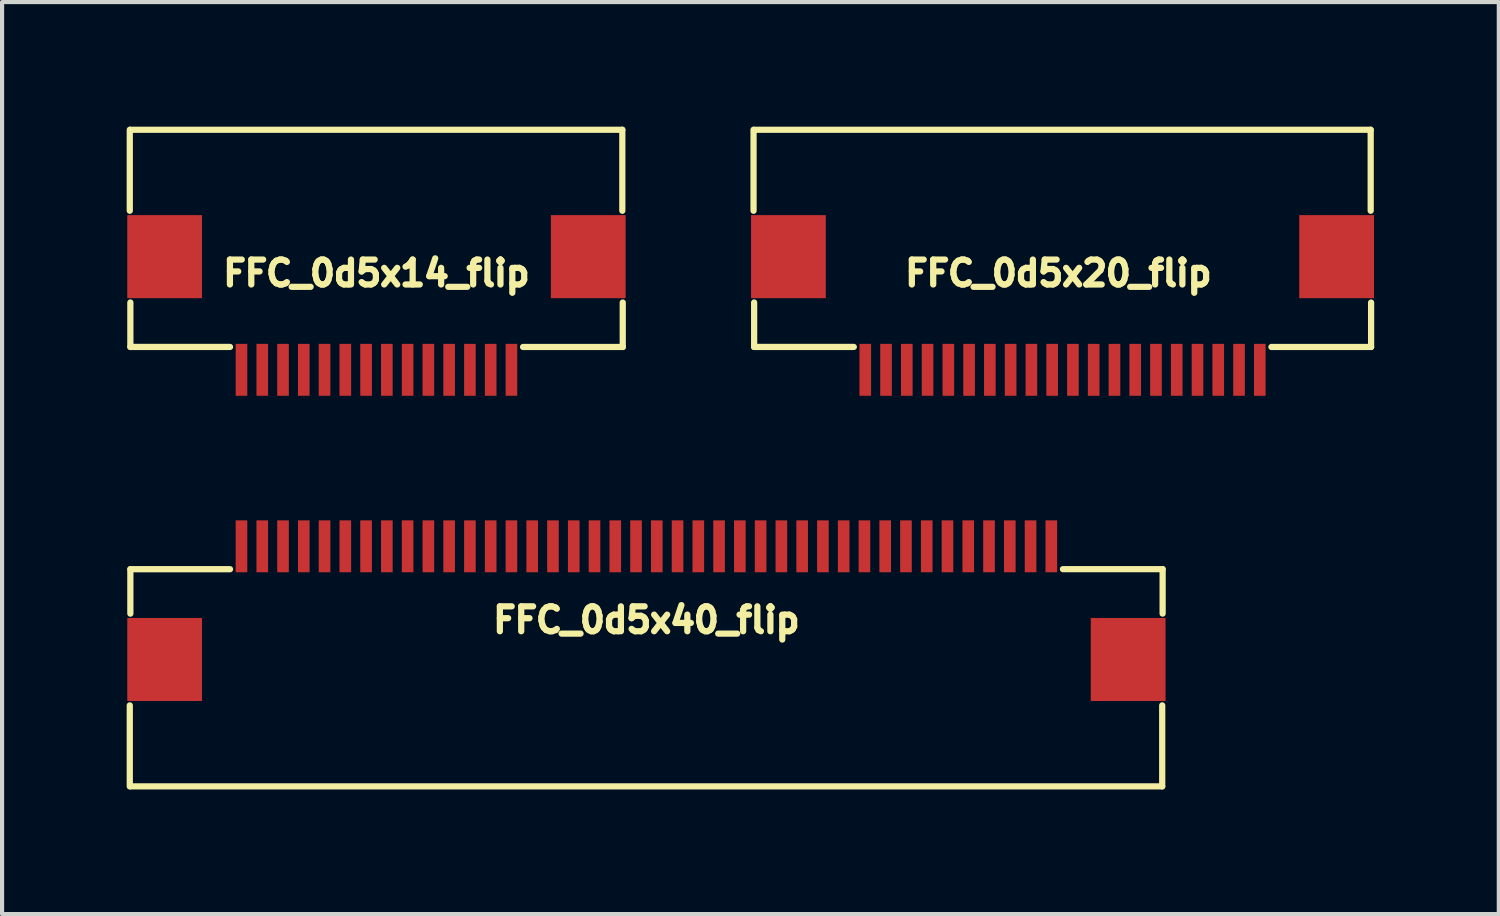
<source format=kicad_pcb>
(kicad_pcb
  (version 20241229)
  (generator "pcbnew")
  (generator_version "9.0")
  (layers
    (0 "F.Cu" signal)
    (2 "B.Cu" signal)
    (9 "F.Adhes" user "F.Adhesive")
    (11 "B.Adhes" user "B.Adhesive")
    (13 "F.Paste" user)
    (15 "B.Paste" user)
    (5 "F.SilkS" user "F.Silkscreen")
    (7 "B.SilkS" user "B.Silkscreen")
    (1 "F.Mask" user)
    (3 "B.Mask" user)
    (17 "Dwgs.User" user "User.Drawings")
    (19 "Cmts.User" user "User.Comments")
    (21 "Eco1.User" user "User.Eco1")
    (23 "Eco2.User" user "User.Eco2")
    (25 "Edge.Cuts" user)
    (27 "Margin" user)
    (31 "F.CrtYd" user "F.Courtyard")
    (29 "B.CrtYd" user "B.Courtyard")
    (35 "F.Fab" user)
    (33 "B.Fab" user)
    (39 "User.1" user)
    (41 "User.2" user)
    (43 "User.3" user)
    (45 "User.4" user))
  (footprint "FFC_0d5x40_flip"
    (layer "F.Cu")
    (at 12.515 10.105)
    (property "Reference" "FFC_0d5x40_flip" (at 0 1.775 0) (layer "F.SilkS") (effects (font (size 0.6 0.6) (thickness 0.15))))
    (attr smd)
    (fp_line (start -12.44 5.78) (end -12.44 3.83) (stroke (width 0.15) (type solid)) (layer "F.SilkS"))
    (fp_line (start -12.43 5.78) (end 12.42 5.78) (stroke (width 0.15) (type solid)) (layer "F.SilkS"))
    (fp_line (start -12.426 0.551) (end -12.426 1.621) (stroke (width 0.15) (type solid)) (layer "F.SilkS"))
    (fp_line (start -10.026 0.551) (end -12.426 0.551) (stroke (width 0.15) (type solid)) (layer "F.SilkS"))
    (fp_line (start 10.03 0.55) (end 12.43 0.55) (stroke (width 0.15) (type solid)) (layer "F.SilkS"))
    (fp_line (start 12.42 3.83) (end 12.42 5.78) (stroke (width 0.15) (type solid)) (layer "F.SilkS"))
    (fp_line (start 12.43 0.55) (end 12.43 1.62) (stroke (width 0.15) (type solid)) (layer "F.SilkS"))
    (pad "0" smd rect (at -11.6 2.725) (size 1.8 2) (layers "F.Cu" "F.Mask" "F.Paste"))
    (pad "0" smd rect (at 11.6 2.725) (size 1.8 2) (layers "F.Cu" "F.Mask" "F.Paste"))
    (pad "1" smd rect (at -9.75 0) (size 0.28 1.25) (layers "F.Cu" "F.Mask" "F.Paste"))
    (pad "2" smd rect (at -9.25 0) (size 0.28 1.25) (layers "F.Cu" "F.Mask" "F.Paste"))
    (pad "3" smd rect (at -8.75 0) (size 0.28 1.25) (layers "F.Cu" "F.Mask" "F.Paste"))
    (pad "4" smd rect (at -8.25 0) (size 0.28 1.25) (layers "F.Cu" "F.Mask" "F.Paste"))
    (pad "5" smd rect (at -7.75 0) (size 0.28 1.25) (layers "F.Cu" "F.Mask" "F.Paste"))
    (pad "6" smd rect (at -7.25 0) (size 0.28 1.25) (layers "F.Cu" "F.Mask" "F.Paste"))
    (pad "7" smd rect (at -6.75 0) (size 0.28 1.25) (layers "F.Cu" "F.Mask" "F.Paste"))
    (pad "8" smd rect (at -6.25 0) (size 0.28 1.25) (layers "F.Cu" "F.Mask" "F.Paste"))
    (pad "9" smd rect (at -5.75 0) (size 0.28 1.25) (layers "F.Cu" "F.Mask" "F.Paste"))
    (pad "10" smd rect (at -5.25 0) (size 0.28 1.25) (layers "F.Cu" "F.Mask" "F.Paste"))
    (pad "11" smd rect (at -4.75 0) (size 0.28 1.25) (layers "F.Cu" "F.Mask" "F.Paste"))
    (pad "12" smd rect (at -4.25 0) (size 0.28 1.25) (layers "F.Cu" "F.Mask" "F.Paste"))
    (pad "13" smd rect (at -3.75 0) (size 0.28 1.25) (layers "F.Cu" "F.Mask" "F.Paste"))
    (pad "14" smd rect (at -3.25 0) (size 0.28 1.25) (layers "F.Cu" "F.Mask" "F.Paste"))
    (pad "15" smd rect (at -2.75 0) (size 0.28 1.25) (layers "F.Cu" "F.Mask" "F.Paste"))
    (pad "16" smd rect (at -2.25 0) (size 0.28 1.25) (layers "F.Cu" "F.Mask" "F.Paste"))
    (pad "17" smd rect (at -1.75 0) (size 0.28 1.25) (layers "F.Cu" "F.Mask" "F.Paste"))
    (pad "18" smd rect (at -1.25 0) (size 0.28 1.25) (layers "F.Cu" "F.Mask" "F.Paste"))
    (pad "19" smd rect (at -0.75 0) (size 0.28 1.25) (layers "F.Cu" "F.Mask" "F.Paste"))
    (pad "20" smd rect (at -0.25 0) (size 0.28 1.25) (layers "F.Cu" "F.Mask" "F.Paste"))
    (pad "21" smd rect (at 0.25 0) (size 0.28 1.25) (layers "F.Cu" "F.Mask" "F.Paste"))
    (pad "22" smd rect (at 0.75 0) (size 0.28 1.25) (layers "F.Cu" "F.Mask" "F.Paste"))
    (pad "23" smd rect (at 1.25 0) (size 0.28 1.25) (layers "F.Cu" "F.Mask" "F.Paste"))
    (pad "24" smd rect (at 1.75 0) (size 0.28 1.25) (layers "F.Cu" "F.Mask" "F.Paste"))
    (pad "25" smd rect (at 2.25 0) (size 0.28 1.25) (layers "F.Cu" "F.Mask" "F.Paste"))
    (pad "26" smd rect (at 2.75 0) (size 0.28 1.25) (layers "F.Cu" "F.Mask" "F.Paste"))
    (pad "27" smd rect (at 3.25 0) (size 0.28 1.25) (layers "F.Cu" "F.Mask" "F.Paste"))
    (pad "28" smd rect (at 3.75 0) (size 0.28 1.25) (layers "F.Cu" "F.Mask" "F.Paste"))
    (pad "29" smd rect (at 4.25 0) (size 0.28 1.25) (layers "F.Cu" "F.Mask" "F.Paste"))
    (pad "30" smd rect (at 4.75 0) (size 0.28 1.25) (layers "F.Cu" "F.Mask" "F.Paste"))
    (pad "31" smd rect (at 5.25 0) (size 0.28 1.25) (layers "F.Cu" "F.Mask" "F.Paste"))
    (pad "32" smd rect (at 5.75 0) (size 0.28 1.25) (layers "F.Cu" "F.Mask" "F.Paste"))
    (pad "33" smd rect (at 6.25 0) (size 0.28 1.25) (layers "F.Cu" "F.Mask" "F.Paste"))
    (pad "34" smd rect (at 6.75 0) (size 0.28 1.25) (layers "F.Cu" "F.Mask" "F.Paste"))
    (pad "35" smd rect (at 7.25 0) (size 0.28 1.25) (layers "F.Cu" "F.Mask" "F.Paste"))
    (pad "36" smd rect (at 7.75 0) (size 0.28 1.25) (layers "F.Cu" "F.Mask" "F.Paste"))
    (pad "37" smd rect (at 8.25 0) (size 0.28 1.25) (layers "F.Cu" "F.Mask" "F.Paste"))
    (pad "38" smd rect (at 8.75 0) (size 0.28 1.25) (layers "F.Cu" "F.Mask" "F.Paste"))
    (pad "39" smd rect (at 9.25 0) (size 0.28 1.25) (layers "F.Cu" "F.Mask" "F.Paste"))
    (pad "40" smd rect (at 9.75 0) (size 0.28 1.25) (layers "F.Cu" "F.Mask" "F.Paste")))
  (footprint "FFC_0d5x20_flip"
    (layer "F.Cu")
    (at 22.535 5.23)
    (property "Reference" "FFC_0d5x20_flip" (at -0.1 -1.7 180) (layer "F.SilkS") (effects (font (size 0.6 0.6) (thickness 0.15))))
    (attr smd)
    (fp_line (start -7.44 -5.155) (end -7.44 -3.205) (stroke (width 0.15) (type solid)) (layer "F.SilkS"))
    (fp_line (start -7.43 -5.155) (end 7.42 -5.155) (stroke (width 0.15) (type solid)) (layer "F.SilkS"))
    (fp_line (start -7.426 0.074) (end -7.426 -0.996) (stroke (width 0.15) (type solid)) (layer "F.SilkS"))
    (fp_line (start -5.026 0.074) (end -7.426 0.074) (stroke (width 0.15) (type solid)) (layer "F.SilkS"))
    (fp_line (start 5.03 0.075) (end 7.43 0.075) (stroke (width 0.15) (type solid)) (layer "F.SilkS"))
    (fp_line (start 7.42 -3.205) (end 7.42 -5.155) (stroke (width 0.15) (type solid)) (layer "F.SilkS"))
    (fp_line (start 7.43 0.075) (end 7.43 -0.995) (stroke (width 0.15) (type solid)) (layer "F.SilkS"))
    (pad "1" smd rect (at -4.75 0.625 180) (size 0.28 1.25) (layers "F.Cu" "F.Mask" "F.Paste"))
    (pad "2" smd rect (at -4.25 0.625 180) (size 0.28 1.25) (layers "F.Cu" "F.Mask" "F.Paste"))
    (pad "3" smd rect (at -3.75 0.625 180) (size 0.28 1.25) (layers "F.Cu" "F.Mask" "F.Paste"))
    (pad "4" smd rect (at -3.25 0.625 180) (size 0.28 1.25) (layers "F.Cu" "F.Mask" "F.Paste"))
    (pad "5" smd rect (at -2.75 0.625 180) (size 0.28 1.25) (layers "F.Cu" "F.Mask" "F.Paste"))
    (pad "6" smd rect (at -2.25 0.625 180) (size 0.28 1.25) (layers "F.Cu" "F.Mask" "F.Paste"))
    (pad "7" smd rect (at -1.75 0.625 180) (size 0.28 1.25) (layers "F.Cu" "F.Mask" "F.Paste"))
    (pad "8" smd rect (at -1.25 0.625 180) (size 0.28 1.25) (layers "F.Cu" "F.Mask" "F.Paste"))
    (pad "9" smd rect (at -0.75 0.625 180) (size 0.28 1.25) (layers "F.Cu" "F.Mask" "F.Paste"))
    (pad "10" smd rect (at -0.25 0.625 180) (size 0.28 1.25) (layers "F.Cu" "F.Mask" "F.Paste"))
    (pad "11" smd rect (at 0.25 0.625 180) (size 0.28 1.25) (layers "F.Cu" "F.Mask" "F.Paste"))
    (pad "12" smd rect (at 0.75 0.625 180) (size 0.28 1.25) (layers "F.Cu" "F.Mask" "F.Paste"))
    (pad "13" smd rect (at 1.25 0.625 180) (size 0.28 1.25) (layers "F.Cu" "F.Mask" "F.Paste"))
    (pad "14" smd rect (at 1.75 0.625 180) (size 0.28 1.25) (layers "F.Cu" "F.Mask" "F.Paste"))
    (pad "15" smd rect (at 2.25 0.625 180) (size 0.28 1.25) (layers "F.Cu" "F.Mask" "F.Paste"))
    (pad "16" smd rect (at 2.75 0.625 180) (size 0.28 1.25) (layers "F.Cu" "F.Mask" "F.Paste"))
    (pad "17" smd rect (at 3.25 0.625 180) (size 0.28 1.25) (layers "F.Cu" "F.Mask" "F.Paste"))
    (pad "18" smd rect (at 3.75 0.625 180) (size 0.28 1.25) (layers "F.Cu" "F.Mask" "F.Paste"))
    (pad "19" smd rect (at 4.25 0.625 180) (size 0.28 1.25) (layers "F.Cu" "F.Mask" "F.Paste"))
    (pad "20" smd rect (at 4.75 0.625 180) (size 0.28 1.25) (layers "F.Cu" "F.Mask" "F.Paste"))
    (pad "PAD" smd rect (at -6.6 -2.1 180) (size 1.8 2) (layers "F.Cu" "F.Mask" "F.Paste"))
    (pad "PAD" smd rect (at 6.6 -2.1 180) (size 1.8 2) (layers "F.Cu" "F.Mask" "F.Paste")))
  (footprint "FFC_0d5x14_flip"
    (layer "F.Cu")
    (at 6.015 5.23)
    (property "Reference" "FFC_0d5x14_flip" (at 0 -1.7 180) (layer "F.SilkS") (effects (font (size 0.6 0.6) (thickness 0.15))))
    (attr smd)
    (fp_line (start -5.94 -5.155) (end -5.94 -3.205) (stroke (width 0.15) (type solid)) (layer "F.SilkS"))
    (fp_line (start -5.93 -5.155) (end 5.92 -5.155) (stroke (width 0.15) (type solid)) (layer "F.SilkS"))
    (fp_line (start -5.926 0.074) (end -5.926 -0.996) (stroke (width 0.15) (type solid)) (layer "F.SilkS"))
    (fp_line (start -3.526 0.074) (end -5.926 0.074) (stroke (width 0.15) (type solid)) (layer "F.SilkS"))
    (fp_line (start 3.53 0.075) (end 5.93 0.075) (stroke (width 0.15) (type solid)) (layer "F.SilkS"))
    (fp_line (start 5.92 -3.205) (end 5.92 -5.155) (stroke (width 0.15) (type solid)) (layer "F.SilkS"))
    (fp_line (start 5.93 0.075) (end 5.93 -0.995) (stroke (width 0.15) (type solid)) (layer "F.SilkS"))
    (pad "1" smd rect (at -3.25 0.625 180) (size 0.28 1.25) (layers "F.Cu" "F.Mask" "F.Paste"))
    (pad "2" smd rect (at -2.75 0.625 180) (size 0.28 1.25) (layers "F.Cu" "F.Mask" "F.Paste"))
    (pad "3" smd rect (at -2.25 0.625 180) (size 0.28 1.25) (layers "F.Cu" "F.Mask" "F.Paste"))
    (pad "4" smd rect (at -1.75 0.625 180) (size 0.28 1.25) (layers "F.Cu" "F.Mask" "F.Paste"))
    (pad "5" smd rect (at -1.25 0.625 180) (size 0.28 1.25) (layers "F.Cu" "F.Mask" "F.Paste"))
    (pad "6" smd rect (at -0.75 0.625 180) (size 0.28 1.25) (layers "F.Cu" "F.Mask" "F.Paste"))
    (pad "7" smd rect (at -0.25 0.625 180) (size 0.28 1.25) (layers "F.Cu" "F.Mask" "F.Paste"))
    (pad "8" smd rect (at 0.25 0.625 180) (size 0.28 1.25) (layers "F.Cu" "F.Mask" "F.Paste"))
    (pad "9" smd rect (at 0.75 0.625 180) (size 0.28 1.25) (layers "F.Cu" "F.Mask" "F.Paste"))
    (pad "10" smd rect (at 1.25 0.625 180) (size 0.28 1.25) (layers "F.Cu" "F.Mask" "F.Paste"))
    (pad "11" smd rect (at 1.75 0.625 180) (size 0.28 1.25) (layers "F.Cu" "F.Mask" "F.Paste"))
    (pad "12" smd rect (at 2.25 0.625 180) (size 0.28 1.25) (layers "F.Cu" "F.Mask" "F.Paste"))
    (pad "13" smd rect (at 2.75 0.625 180) (size 0.28 1.25) (layers "F.Cu" "F.Mask" "F.Paste"))
    (pad "14" smd rect (at 3.25 0.625 180) (size 0.28 1.25) (layers "F.Cu" "F.Mask" "F.Paste"))
    (pad "PAD" smd rect (at -5.1 -2.1 180) (size 1.8 2) (layers "F.Cu" "F.Mask" "F.Paste"))
    (pad "PAD" smd rect (at 5.1 -2.1 180) (size 1.8 2) (layers "F.Cu" "F.Mask" "F.Paste")))
  (gr_rect
    (start -3 -3)
    (end 33.04 18.96)
    (stroke (width 0.1) (type default))
    (fill no)
    (layer "Edge.Cuts")))
</source>
